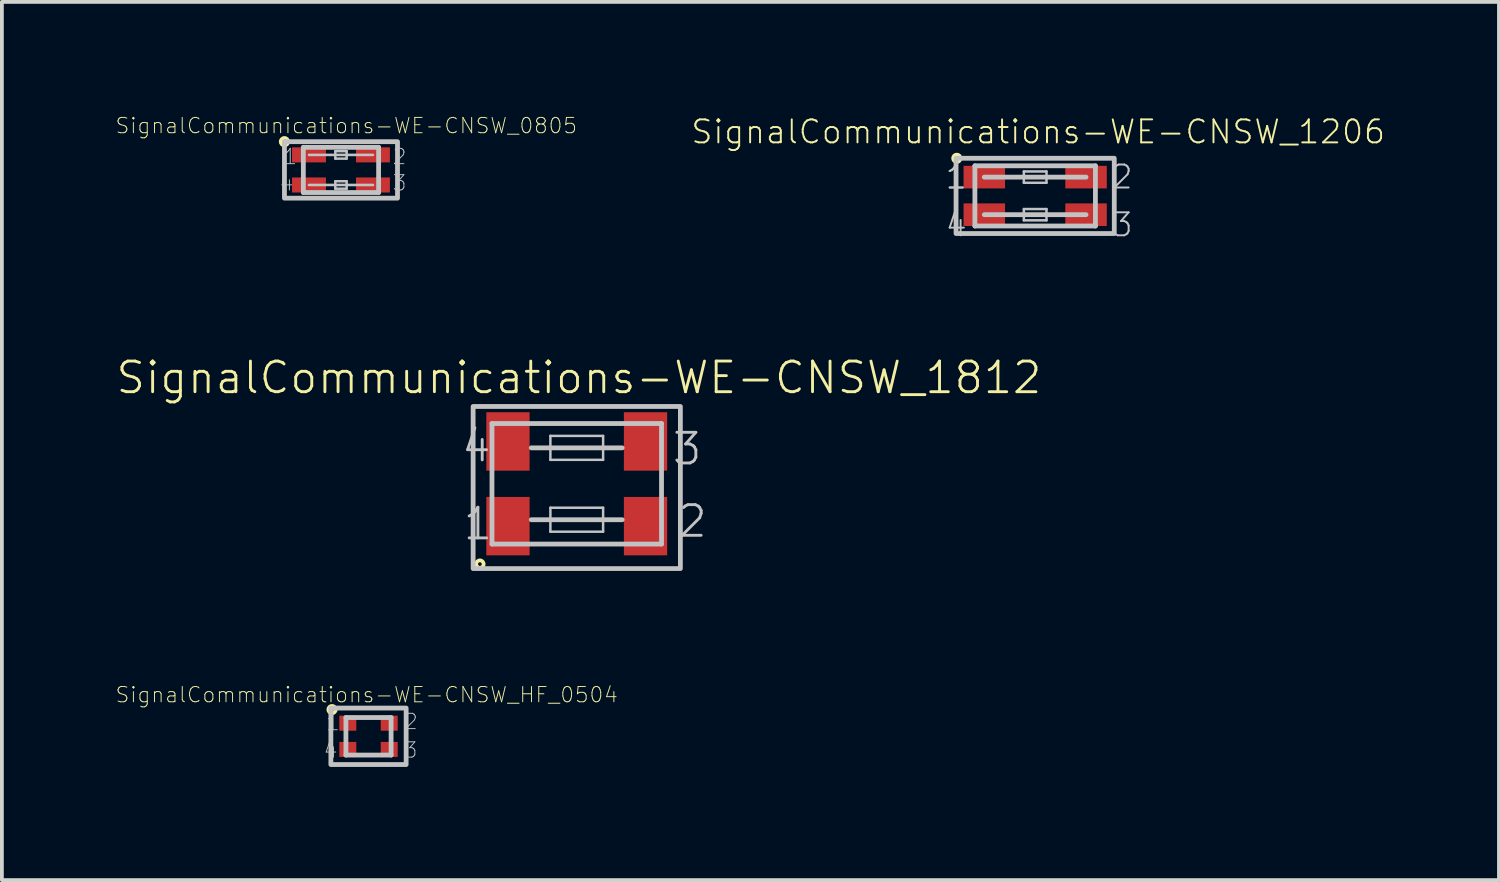
<source format=kicad_pcb>
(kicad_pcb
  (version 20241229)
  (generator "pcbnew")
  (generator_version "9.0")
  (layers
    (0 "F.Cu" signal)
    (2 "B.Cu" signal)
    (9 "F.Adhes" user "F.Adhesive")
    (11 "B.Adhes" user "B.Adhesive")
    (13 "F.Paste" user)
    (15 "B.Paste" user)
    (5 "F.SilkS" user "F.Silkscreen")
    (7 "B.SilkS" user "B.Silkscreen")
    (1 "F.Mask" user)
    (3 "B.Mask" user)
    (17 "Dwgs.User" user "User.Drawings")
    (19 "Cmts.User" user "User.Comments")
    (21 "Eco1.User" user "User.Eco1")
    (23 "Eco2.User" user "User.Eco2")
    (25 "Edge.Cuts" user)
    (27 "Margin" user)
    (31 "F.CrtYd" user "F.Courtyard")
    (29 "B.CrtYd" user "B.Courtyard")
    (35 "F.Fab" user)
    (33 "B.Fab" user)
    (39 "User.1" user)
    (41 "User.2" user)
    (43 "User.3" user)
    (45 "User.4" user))
  (footprint "SignalCommunications-WE-CNSW_1812"
    (layer "F.Cu")
    (at 12.244 9.779)
    (property "Reference" "SignalCommunications-WE-CNSW_1812" (at 0.058 -2.814 0) (layer "F.SilkS") (effects (font (size 0.813 0.813) (thickness 0.076))))
    (attr smd)
    (fp_circle (center -2.568 2.129) (end -2.568 2.08) (stroke (width 0.099) (type solid)) (fill no) (layer "F.SilkS"))
    (fp_line (start -2.248 -1.598) (end -2.248 1.598) (stroke (width 0.127) (type solid)) (layer "Dwgs.User"))
    (fp_line (start -2.248 1.598) (end 2.248 1.598) (stroke (width 0.127) (type solid)) (layer "Dwgs.User"))
    (fp_line (start -0.699 -1.27) (end 0.699 -1.27) (stroke (width 0.066) (type solid)) (layer "Dwgs.User"))
    (fp_line (start -0.699 -0.635) (end -0.699 -1.27) (stroke (width 0.066) (type solid)) (layer "Dwgs.User"))
    (fp_line (start -0.699 -0.635) (end 0.699 -0.635) (stroke (width 0.066) (type solid)) (layer "Dwgs.User"))
    (fp_line (start -0.699 0.635) (end 0.699 0.635) (stroke (width 0.066) (type solid)) (layer "Dwgs.User"))
    (fp_line (start -0.699 1.27) (end -0.699 0.635) (stroke (width 0.066) (type solid)) (layer "Dwgs.User"))
    (fp_line (start -0.699 1.27) (end 0.699 1.27) (stroke (width 0.066) (type solid)) (layer "Dwgs.User"))
    (fp_line (start 0.699 -0.635) (end 0.699 -1.27) (stroke (width 0.066) (type solid)) (layer "Dwgs.User"))
    (fp_line (start 0.699 1.27) (end 0.699 0.635) (stroke (width 0.066) (type solid)) (layer "Dwgs.User"))
    (fp_line (start 1.206 -0.953) (end -1.206 -0.953) (stroke (width 0.127) (type solid)) (layer "Dwgs.User"))
    (fp_line (start 1.206 0.953) (end -1.206 0.953) (stroke (width 0.127) (type solid)) (layer "Dwgs.User"))
    (fp_line (start 2.248 -1.598) (end -2.248 -1.598) (stroke (width 0.127) (type solid)) (layer "Dwgs.User"))
    (fp_line (start 2.248 1.598) (end 2.248 -1.598) (stroke (width 0.127) (type solid)) (layer "Dwgs.User"))
    (fp_poly (pts (xy -2.748 -2.05) (xy 2.748 -2.05) (xy 2.748 2.248) (xy -2.748 2.248) (xy -2.748 -2.05)) (stroke (width 0.127) (type solid)) (fill no) (layer "Dwgs.User"))
    (fp_text user "4" (at -2.662 -1.006 0) (layer "Dwgs.User") (effects (font (size 0.813 0.813) (thickness 0.076))))
    (fp_text user "2" (at 3.066 0.993 0) (layer "Dwgs.User") (effects (font (size 0.813 0.813) (thickness 0.076))))
    (fp_text user "1" (at -2.621 1.062 0) (layer "Dwgs.User") (effects (font (size 0.813 0.813) (thickness 0.076))))
    (fp_text user "3" (at 2.926 -0.925 0) (layer "Dwgs.User") (effects (font (size 0.813 0.813) (thickness 0.076))))
    (pad "1" smd rect (at -1.824 1.123 180) (size 1.148 1.549) (layers "F.Cu" "F.Mask" "F.Paste"))
    (pad "2" smd rect (at 1.824 1.123 180) (size 1.148 1.549) (layers "F.Cu" "F.Mask" "F.Paste"))
    (pad "3" smd rect (at 1.824 -1.123 180) (size 1.148 1.549) (layers "F.Cu" "F.Mask" "F.Paste"))
    (pad "4" smd rect (at -1.824 -1.123 180) (size 1.148 1.549) (layers "F.Cu" "F.Mask" "F.Paste")))
  (footprint "SignalCommunications-WE-CNSW_1206"
    (layer "F.Cu")
    (at 24.4 2.145)
    (property "Reference" "SignalCommunications-WE-CNSW_1206" (at 0.081 -1.699 0) (layer "F.SilkS") (effects (font (size 0.61 0.61) (thickness 0.051))))
    (attr smd)
    (fp_circle (center -2.078 -0.998) (end -2.078 -1.046) (stroke (width 0.099) (type solid)) (fill no) (layer "F.SilkS"))
    (fp_line (start -1.598 -0.798) (end -1.598 0.798) (stroke (width 0.127) (type solid)) (layer "Dwgs.User"))
    (fp_line (start -1.598 0.798) (end 1.598 0.798) (stroke (width 0.127) (type solid)) (layer "Dwgs.User"))
    (fp_line (start -0.3 -0.648) (end 0.3 -0.648) (stroke (width 0.066) (type solid)) (layer "Dwgs.User"))
    (fp_line (start -0.3 -0.348) (end -0.3 -0.648) (stroke (width 0.066) (type solid)) (layer "Dwgs.User"))
    (fp_line (start -0.3 -0.348) (end 0.3 -0.348) (stroke (width 0.066) (type solid)) (layer "Dwgs.User"))
    (fp_line (start -0.3 0.348) (end 0.3 0.348) (stroke (width 0.066) (type solid)) (layer "Dwgs.User"))
    (fp_line (start -0.3 0.648) (end -0.3 0.348) (stroke (width 0.066) (type solid)) (layer "Dwgs.User"))
    (fp_line (start -0.3 0.648) (end 0.3 0.648) (stroke (width 0.066) (type solid)) (layer "Dwgs.User"))
    (fp_line (start 0.3 -0.348) (end 0.3 -0.648) (stroke (width 0.066) (type solid)) (layer "Dwgs.User"))
    (fp_line (start 0.3 0.648) (end 0.3 0.348) (stroke (width 0.066) (type solid)) (layer "Dwgs.User"))
    (fp_line (start 1.349 -0.498) (end -1.349 -0.498) (stroke (width 0.127) (type solid)) (layer "Dwgs.User"))
    (fp_line (start 1.349 0.498) (end -1.349 0.498) (stroke (width 0.127) (type solid)) (layer "Dwgs.User"))
    (fp_line (start 1.598 -0.798) (end -1.598 -0.798) (stroke (width 0.127) (type solid)) (layer "Dwgs.User"))
    (fp_line (start 1.598 0.798) (end 1.598 -0.798) (stroke (width 0.127) (type solid)) (layer "Dwgs.User"))
    (fp_poly (pts (xy 2.098 0.998) (xy -2.098 0.998) (xy -2.098 -0.998) (xy 2.098 -0.998) (xy 2.098 0.998)) (stroke (width 0.127) (type solid)) (fill no) (layer "Dwgs.User"))
    (fp_text user "4" (at -2.093 0.765 0) (layer "Dwgs.User") (effects (font (size 0.61 0.61) (thickness 0.051))))
    (fp_text user "2" (at 2.304 -0.503 0) (layer "Dwgs.User") (effects (font (size 0.61 0.61) (thickness 0.051))))
    (fp_text user "3" (at 2.304 0.765 0) (layer "Dwgs.User") (effects (font (size 0.61 0.61) (thickness 0.051))))
    (fp_text user "1" (at -2.093 -0.503 0) (layer "Dwgs.User") (effects (font (size 0.61 0.61) (thickness 0.051))))
    (fp_text user "1" (at -2.093 -0.503 0) (layer "Dwgs.User") (effects (font (size 0.61 0.61) (thickness 0.051))))
    (pad "1" smd rect (at -1.349 -0.498 180) (size 1.1 0.599) (layers "F.Cu" "F.Mask" "F.Paste"))
    (pad "2" smd rect (at 1.349 -0.498 180) (size 1.1 0.599) (layers "F.Cu" "F.Mask" "F.Paste"))
    (pad "3" smd rect (at 1.349 0.498 180) (size 1.1 0.599) (layers "F.Cu" "F.Mask" "F.Paste"))
    (pad "4" smd rect (at -1.349 0.498 180) (size 1.1 0.599) (layers "F.Cu" "F.Mask" "F.Paste")))
  (footprint "SignalCommunications-WE-CNSW_HF_0504"
    (layer "F.Cu")
    (at 6.722 16.475)
    (property "Reference" "SignalCommunications-WE-CNSW_HF_0504" (at -0.048 -1.102 0) (layer "F.SilkS") (effects (font (size 0.406 0.406) (thickness 0.025))))
    (attr smd)
    (fp_circle (center -0.968 -0.709) (end -0.968 -0.757) (stroke (width 0.099) (type solid)) (fill no) (layer "F.SilkS"))
    (fp_line (start -0.599 0.498) (end -0.599 -0.498) (stroke (width 0.127) (type solid)) (layer "Dwgs.User"))
    (fp_line (start 0.599 -0.498) (end -0.599 -0.498) (stroke (width 0.127) (type solid)) (layer "Dwgs.User"))
    (fp_line (start 0.599 0.498) (end -0.599 0.498) (stroke (width 0.127) (type solid)) (layer "Dwgs.User"))
    (fp_line (start 0.599 0.498) (end 0.599 -0.498) (stroke (width 0.127) (type solid)) (layer "Dwgs.User"))
    (fp_poly (pts (xy 0.998 0.749) (xy -0.998 0.749) (xy -0.998 -0.749) (xy 0.998 -0.749) (xy 0.998 0.749)) (stroke (width 0.127) (type solid)) (fill no) (layer "Dwgs.User"))
    (fp_text user "2" (at 1.123 -0.391 0) (layer "Dwgs.User") (effects (font (size 0.406 0.406) (thickness 0.025))))
    (fp_text user "3" (at 1.113 0.366 0) (layer "Dwgs.User") (effects (font (size 0.406 0.406) (thickness 0.025))))
    (fp_text user "1" (at -0.945 -0.361 0) (layer "Dwgs.User") (effects (font (size 0.406 0.406) (thickness 0.025))))
    (fp_text user "4" (at -1.006 0.366 0) (layer "Dwgs.User") (effects (font (size 0.406 0.406) (thickness 0.025))))
    (pad "1" smd rect (at -0.549 -0.348 180) (size 0.45 0.399) (layers "F.Cu" "F.Mask" "F.Paste"))
    (pad "2" smd rect (at 0.549 -0.348 180) (size 0.45 0.399) (layers "F.Cu" "F.Mask" "F.Paste"))
    (pad "3" smd rect (at 0.549 0.348 180) (size 0.45 0.399) (layers "F.Cu" "F.Mask" "F.Paste"))
    (pad "4" smd rect (at -0.549 0.348 180) (size 0.45 0.399) (layers "F.Cu" "F.Mask" "F.Paste")))
  (footprint "SignalCommunications-WE-CNSW_0805"
    (layer "F.Cu")
    (at 5.992 1.456)
    (property "Reference" "SignalCommunications-WE-CNSW_0805" (at 0.14 -1.173 0) (layer "F.SilkS") (effects (font (size 0.406 0.406) (thickness 0.025))))
    (attr smd)
    (fp_circle (center -1.499 -0.749) (end -1.499 -0.798) (stroke (width 0.099) (type solid)) (fill no) (layer "F.SilkS"))
    (fp_line (start -0.998 -0.599) (end 0.998 -0.599) (stroke (width 0.127) (type solid)) (layer "Dwgs.User"))
    (fp_line (start -0.998 0.599) (end -0.998 -0.599) (stroke (width 0.127) (type solid)) (layer "Dwgs.User"))
    (fp_line (start -0.15 -0.498) (end 0.15 -0.498) (stroke (width 0.066) (type solid)) (layer "Dwgs.User"))
    (fp_line (start -0.15 -0.3) (end -0.15 -0.498) (stroke (width 0.066) (type solid)) (layer "Dwgs.User"))
    (fp_line (start -0.15 -0.3) (end 0.15 -0.3) (stroke (width 0.066) (type solid)) (layer "Dwgs.User"))
    (fp_line (start -0.15 0.3) (end 0.15 0.3) (stroke (width 0.066) (type solid)) (layer "Dwgs.User"))
    (fp_line (start -0.15 0.498) (end -0.15 0.3) (stroke (width 0.066) (type solid)) (layer "Dwgs.User"))
    (fp_line (start -0.15 0.498) (end 0.15 0.498) (stroke (width 0.066) (type solid)) (layer "Dwgs.User"))
    (fp_line (start 0.15 -0.3) (end 0.15 -0.498) (stroke (width 0.066) (type solid)) (layer "Dwgs.User"))
    (fp_line (start 0.15 0.498) (end 0.15 0.3) (stroke (width 0.066) (type solid)) (layer "Dwgs.User"))
    (fp_line (start 0.848 -0.399) (end -0.848 -0.399) (stroke (width 0.069) (type solid)) (layer "Dwgs.User"))
    (fp_line (start 0.848 0.399) (end -0.848 0.399) (stroke (width 0.069) (type solid)) (layer "Dwgs.User"))
    (fp_line (start 0.998 -0.599) (end 0.998 0.599) (stroke (width 0.127) (type solid)) (layer "Dwgs.User"))
    (fp_line (start 0.998 0.599) (end -0.998 0.599) (stroke (width 0.127) (type solid)) (layer "Dwgs.User"))
    (fp_poly (pts (xy 1.499 0.749) (xy -1.499 0.749) (xy -1.499 -0.749) (xy 1.499 -0.749) (xy 1.499 0.749)) (stroke (width 0.127) (type solid)) (fill no) (layer "Dwgs.User"))
    (fp_text user "4" (at -1.445 0.345 0) (layer "Dwgs.User") (effects (font (size 0.406 0.406) (thickness 0.025))))
    (fp_text user "3" (at 1.552 0.345 0) (layer "Dwgs.User") (effects (font (size 0.406 0.406) (thickness 0.025))))
    (fp_text user "2" (at 1.552 -0.353 0) (layer "Dwgs.User") (effects (font (size 0.406 0.406) (thickness 0.025))))
    (fp_text user "1" (at -1.346 -0.353 0) (layer "Dwgs.User") (effects (font (size 0.406 0.406) (thickness 0.025))))
    (pad "1" smd rect (at -0.848 -0.399 180) (size 0.899 0.399) (layers "F.Cu" "F.Mask" "F.Paste"))
    (pad "2" smd rect (at 0.848 -0.399 180) (size 0.899 0.399) (layers "F.Cu" "F.Mask" "F.Paste"))
    (pad "3" smd rect (at 0.848 0.399 180) (size 0.899 0.399) (layers "F.Cu" "F.Mask" "F.Paste"))
    (pad "4" smd rect (at -0.848 0.399 180) (size 0.899 0.399) (layers "F.Cu" "F.Mask" "F.Paste")))
  (gr_rect
    (start -3 -3)
    (end 36.699 20.288)
    (stroke (width 0.1) (type default))
    (fill no)
    (layer "Edge.Cuts")))
</source>
